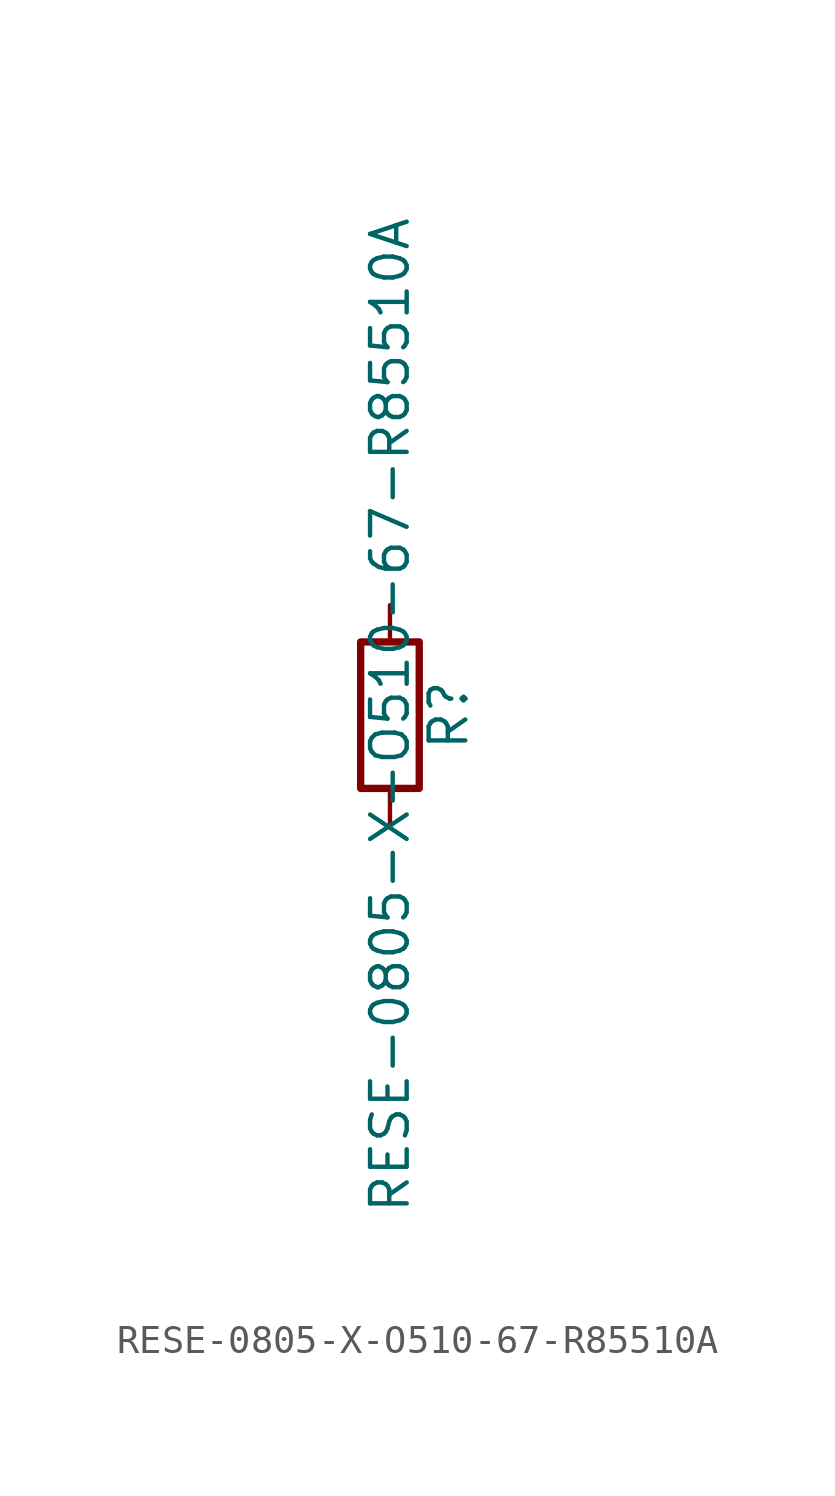
<source format=kicad_sym>
(kicad_symbol_lib
  (version 20211014)
  (generator kicad_symbol_editor)
  (symbol "RESE-0805-X-O510-67-R85510A"
    (pin_numbers hide)
    (pin_names
      (offset 0))
    (property "Reference" "R"
      (at 2.032 0 90)
      (effects (font (size 1.27 1.27))))
    (property "Value" "RESE-0805-X-O510-67-R85510A"
      (at 0 0 90)
      (effects (font (size 1.27 1.27))))
    (symbol "RESE-0805-X-O510-67-R85510A_0_1"
      (rectangle (start -1.016 -2.54) (end 1.016 2.54) (stroke (width 0.254) (type default) (color 0 0 0 0)) (fill (type none))))
    (symbol "RESE-0805-X-O510-67-R85510A_1_1"
      (pin passive line (at 0 3.81 270) (length 1.27) (name "~" (effects (font (size 1.27 1.27)))) (number "1" (effects (font (size 1.27 1.27)))))
      (pin passive line (at 0 -3.81 90) (length 1.27) (name "~" (effects (font (size 1.27 1.27)))) (number "2" (effects (font (size 1.27 1.27))))))))
</source>
